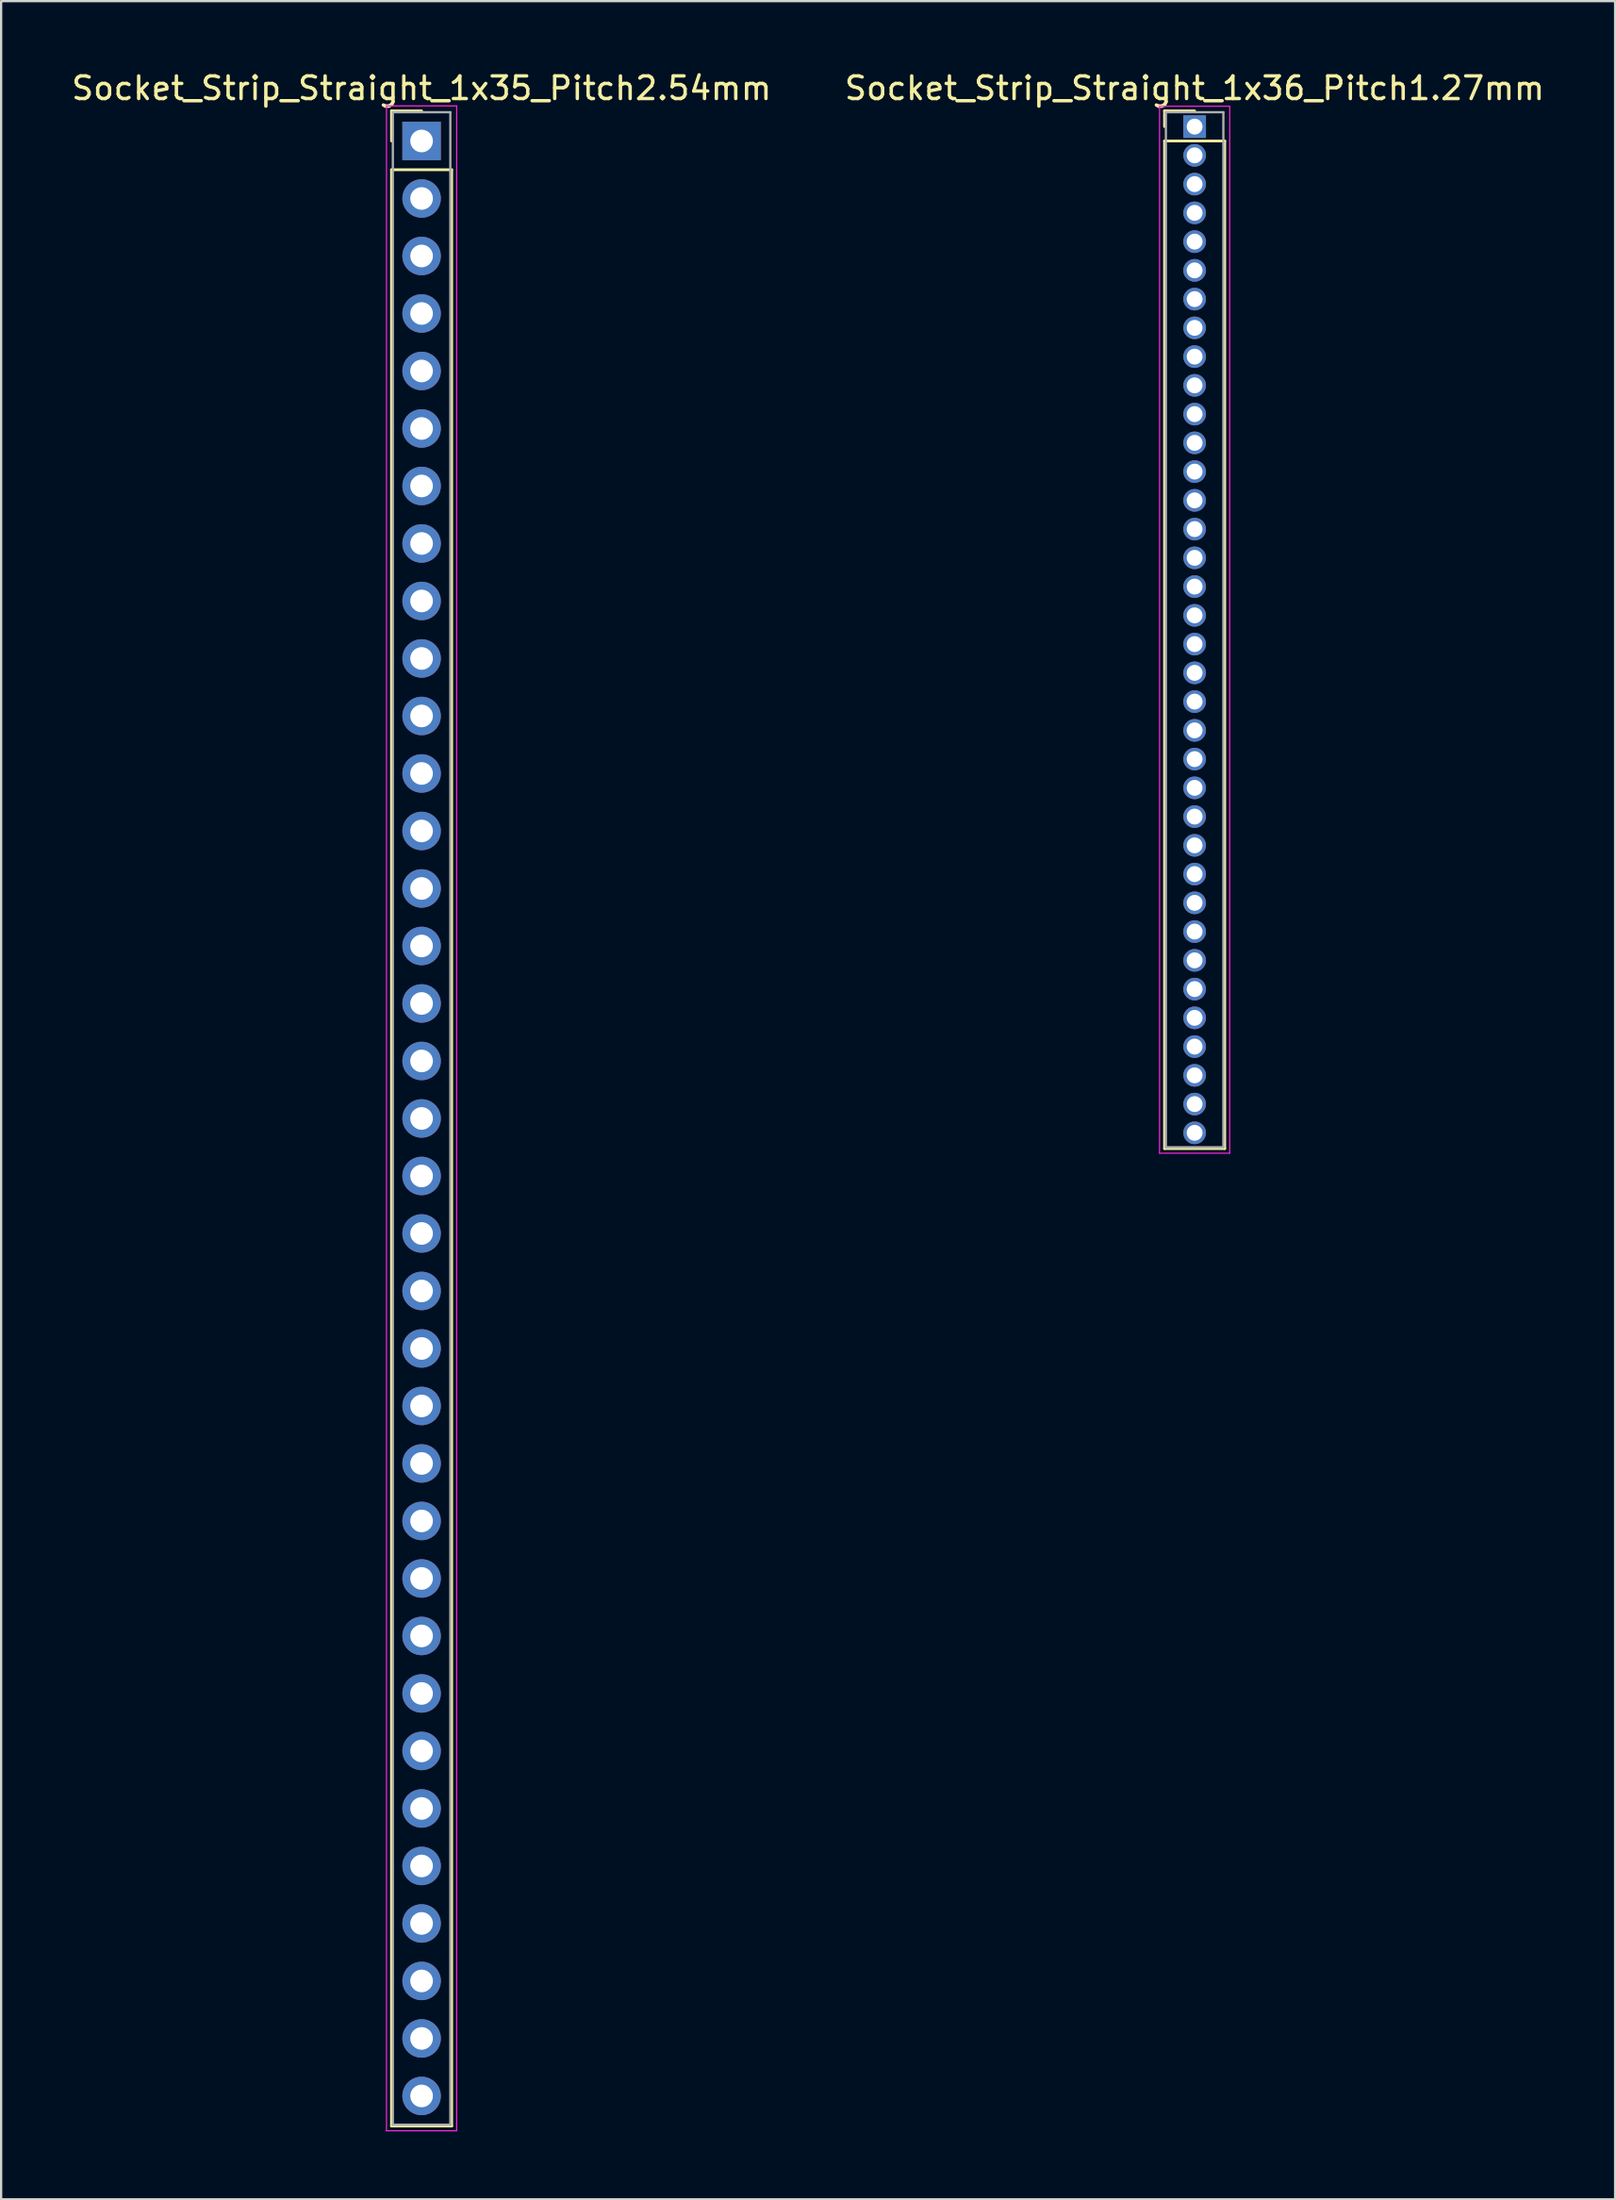
<source format=kicad_pcb>
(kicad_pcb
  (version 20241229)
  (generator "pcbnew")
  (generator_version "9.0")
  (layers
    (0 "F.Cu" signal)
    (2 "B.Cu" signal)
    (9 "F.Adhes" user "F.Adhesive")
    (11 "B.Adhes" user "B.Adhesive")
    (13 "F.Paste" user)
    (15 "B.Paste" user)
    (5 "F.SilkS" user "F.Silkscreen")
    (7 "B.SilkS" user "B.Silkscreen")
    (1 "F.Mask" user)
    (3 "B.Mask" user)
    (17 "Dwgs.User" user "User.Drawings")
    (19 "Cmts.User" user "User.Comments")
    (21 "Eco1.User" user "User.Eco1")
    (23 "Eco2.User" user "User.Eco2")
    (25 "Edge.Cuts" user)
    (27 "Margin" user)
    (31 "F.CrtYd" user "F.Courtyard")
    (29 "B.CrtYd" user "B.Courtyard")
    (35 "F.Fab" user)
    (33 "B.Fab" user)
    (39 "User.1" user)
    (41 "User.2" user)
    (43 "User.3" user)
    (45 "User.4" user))
  (footprint "Socket_Strip_Straight_1x36_Pitch1.27mm"
    (layer "F.Cu")
    (at 49.732 2.543)
    (property "Reference" "Socket_Strip_Straight_1x36_Pitch1.27mm" (at 0 -1.695 0) (layer "F.SilkS") (effects (font (size 1 1) (thickness 0.15))))
    (attr through_hole)
    (fp_line (start -1.33 -0.695) (end 0 -0.695) (stroke (width 0.12) (type solid)) (layer "F.SilkS"))
    (fp_line (start -1.33 0) (end -1.33 -0.695) (stroke (width 0.12) (type solid)) (layer "F.SilkS"))
    (fp_line (start -1.33 0.635) (end -1.33 45.145) (stroke (width 0.12) (type solid)) (layer "F.SilkS"))
    (fp_line (start -1.33 45.145) (end 1.33 45.145) (stroke (width 0.12) (type solid)) (layer "F.SilkS"))
    (fp_line (start 1.33 0.635) (end -1.33 0.635) (stroke (width 0.12) (type solid)) (layer "F.SilkS"))
    (fp_line (start 1.33 45.145) (end 1.33 0.635) (stroke (width 0.12) (type solid)) (layer "F.SilkS"))
    (fp_line (start -1.55 -0.9) (end -1.55 45.35) (stroke (width 0.05) (type solid)) (layer "F.CrtYd"))
    (fp_line (start -1.55 45.35) (end 1.55 45.35) (stroke (width 0.05) (type solid)) (layer "F.CrtYd"))
    (fp_line (start 1.55 -0.9) (end -1.55 -0.9) (stroke (width 0.05) (type solid)) (layer "F.CrtYd"))
    (fp_line (start 1.55 45.35) (end 1.55 -0.9) (stroke (width 0.05) (type solid)) (layer "F.CrtYd"))
    (fp_line (start -1.27 -0.635) (end -1.27 45.085) (stroke (width 0.1) (type solid)) (layer "F.Fab"))
    (fp_line (start -1.27 45.085) (end 1.27 45.085) (stroke (width 0.1) (type solid)) (layer "F.Fab"))
    (fp_line (start 1.27 -0.635) (end -1.27 -0.635) (stroke (width 0.1) (type solid)) (layer "F.Fab"))
    (fp_line (start 1.27 45.085) (end 1.27 -0.635) (stroke (width 0.1) (type solid)) (layer "F.Fab"))
    (pad "1" thru_hole rect (at 0 0) (size 1 1) (drill 0.7) (layers "*.Cu" "*.Mask"))
    (pad "2" thru_hole oval (at 0 1.27) (size 1 1) (drill 0.7) (layers "*.Cu" "*.Mask"))
    (pad "3" thru_hole oval (at 0 2.54) (size 1 1) (drill 0.7) (layers "*.Cu" "*.Mask"))
    (pad "4" thru_hole oval (at 0 3.81) (size 1 1) (drill 0.7) (layers "*.Cu" "*.Mask"))
    (pad "5" thru_hole oval (at 0 5.08) (size 1 1) (drill 0.7) (layers "*.Cu" "*.Mask"))
    (pad "6" thru_hole oval (at 0 6.35) (size 1 1) (drill 0.7) (layers "*.Cu" "*.Mask"))
    (pad "7" thru_hole oval (at 0 7.62) (size 1 1) (drill 0.7) (layers "*.Cu" "*.Mask"))
    (pad "8" thru_hole oval (at 0 8.89) (size 1 1) (drill 0.7) (layers "*.Cu" "*.Mask"))
    (pad "9" thru_hole oval (at 0 10.16) (size 1 1) (drill 0.7) (layers "*.Cu" "*.Mask"))
    (pad "10" thru_hole oval (at 0 11.43) (size 1 1) (drill 0.7) (layers "*.Cu" "*.Mask"))
    (pad "11" thru_hole oval (at 0 12.7) (size 1 1) (drill 0.7) (layers "*.Cu" "*.Mask"))
    (pad "12" thru_hole oval (at 0 13.97) (size 1 1) (drill 0.7) (layers "*.Cu" "*.Mask"))
    (pad "13" thru_hole oval (at 0 15.24) (size 1 1) (drill 0.7) (layers "*.Cu" "*.Mask"))
    (pad "14" thru_hole oval (at 0 16.51) (size 1 1) (drill 0.7) (layers "*.Cu" "*.Mask"))
    (pad "15" thru_hole oval (at 0 17.78) (size 1 1) (drill 0.7) (layers "*.Cu" "*.Mask"))
    (pad "16" thru_hole oval (at 0 19.05) (size 1 1) (drill 0.7) (layers "*.Cu" "*.Mask"))
    (pad "17" thru_hole oval (at 0 20.32) (size 1 1) (drill 0.7) (layers "*.Cu" "*.Mask"))
    (pad "18" thru_hole oval (at 0 21.59) (size 1 1) (drill 0.7) (layers "*.Cu" "*.Mask"))
    (pad "19" thru_hole oval (at 0 22.86) (size 1 1) (drill 0.7) (layers "*.Cu" "*.Mask"))
    (pad "20" thru_hole oval (at 0 24.13) (size 1 1) (drill 0.7) (layers "*.Cu" "*.Mask"))
    (pad "21" thru_hole oval (at 0 25.4) (size 1 1) (drill 0.7) (layers "*.Cu" "*.Mask"))
    (pad "22" thru_hole oval (at 0 26.67) (size 1 1) (drill 0.7) (layers "*.Cu" "*.Mask"))
    (pad "23" thru_hole oval (at 0 27.94) (size 1 1) (drill 0.7) (layers "*.Cu" "*.Mask"))
    (pad "24" thru_hole oval (at 0 29.21) (size 1 1) (drill 0.7) (layers "*.Cu" "*.Mask"))
    (pad "25" thru_hole oval (at 0 30.48) (size 1 1) (drill 0.7) (layers "*.Cu" "*.Mask"))
    (pad "26" thru_hole oval (at 0 31.75) (size 1 1) (drill 0.7) (layers "*.Cu" "*.Mask"))
    (pad "27" thru_hole oval (at 0 33.02) (size 1 1) (drill 0.7) (layers "*.Cu" "*.Mask"))
    (pad "28" thru_hole oval (at 0 34.29) (size 1 1) (drill 0.7) (layers "*.Cu" "*.Mask"))
    (pad "29" thru_hole oval (at 0 35.56) (size 1 1) (drill 0.7) (layers "*.Cu" "*.Mask"))
    (pad "30" thru_hole oval (at 0 36.83) (size 1 1) (drill 0.7) (layers "*.Cu" "*.Mask"))
    (pad "31" thru_hole oval (at 0 38.1) (size 1 1) (drill 0.7) (layers "*.Cu" "*.Mask"))
    (pad "32" thru_hole oval (at 0 39.37) (size 1 1) (drill 0.7) (layers "*.Cu" "*.Mask"))
    (pad "33" thru_hole oval (at 0 40.64) (size 1 1) (drill 0.7) (layers "*.Cu" "*.Mask"))
    (pad "34" thru_hole oval (at 0 41.91) (size 1 1) (drill 0.7) (layers "*.Cu" "*.Mask"))
    (pad "35" thru_hole oval (at 0 43.18) (size 1 1) (drill 0.7) (layers "*.Cu" "*.Mask"))
    (pad "36" thru_hole oval (at 0 44.45) (size 1 1) (drill 0.7) (layers "*.Cu" "*.Mask")))
  (footprint "Socket_Strip_Straight_1x35_Pitch2.54mm"
    (layer "F.Cu")
    (at 15.577 3.178)
    (property "Reference" "Socket_Strip_Straight_1x35_Pitch2.54mm" (at 0 -2.33 0) (layer "F.SilkS") (effects (font (size 1 1) (thickness 0.15))))
    (attr through_hole)
    (fp_line (start -1.33 -1.33) (end 0 -1.33) (stroke (width 0.12) (type solid)) (layer "F.SilkS"))
    (fp_line (start -1.33 0) (end -1.33 -1.33) (stroke (width 0.12) (type solid)) (layer "F.SilkS"))
    (fp_line (start -1.33 1.27) (end -1.33 87.69) (stroke (width 0.12) (type solid)) (layer "F.SilkS"))
    (fp_line (start -1.33 87.69) (end 1.33 87.69) (stroke (width 0.12) (type solid)) (layer "F.SilkS"))
    (fp_line (start 1.33 1.27) (end -1.33 1.27) (stroke (width 0.12) (type solid)) (layer "F.SilkS"))
    (fp_line (start 1.33 87.69) (end 1.33 1.27) (stroke (width 0.12) (type solid)) (layer "F.SilkS"))
    (fp_line (start -1.55 -1.55) (end -1.55 87.9) (stroke (width 0.05) (type solid)) (layer "F.CrtYd"))
    (fp_line (start -1.55 87.9) (end 1.55 87.9) (stroke (width 0.05) (type solid)) (layer "F.CrtYd"))
    (fp_line (start 1.55 -1.55) (end -1.55 -1.55) (stroke (width 0.05) (type solid)) (layer "F.CrtYd"))
    (fp_line (start 1.55 87.9) (end 1.55 -1.55) (stroke (width 0.05) (type solid)) (layer "F.CrtYd"))
    (fp_line (start -1.27 -1.27) (end -1.27 87.63) (stroke (width 0.1) (type solid)) (layer "F.Fab"))
    (fp_line (start -1.27 87.63) (end 1.27 87.63) (stroke (width 0.1) (type solid)) (layer "F.Fab"))
    (fp_line (start 1.27 -1.27) (end -1.27 -1.27) (stroke (width 0.1) (type solid)) (layer "F.Fab"))
    (fp_line (start 1.27 87.63) (end 1.27 -1.27) (stroke (width 0.1) (type solid)) (layer "F.Fab"))
    (pad "1" thru_hole rect (at 0 0) (size 1.7 1.7) (drill 1) (layers "*.Cu" "*.Mask"))
    (pad "2" thru_hole oval (at 0 2.54) (size 1.7 1.7) (drill 1) (layers "*.Cu" "*.Mask"))
    (pad "3" thru_hole oval (at 0 5.08) (size 1.7 1.7) (drill 1) (layers "*.Cu" "*.Mask"))
    (pad "4" thru_hole oval (at 0 7.62) (size 1.7 1.7) (drill 1) (layers "*.Cu" "*.Mask"))
    (pad "5" thru_hole oval (at 0 10.16) (size 1.7 1.7) (drill 1) (layers "*.Cu" "*.Mask"))
    (pad "6" thru_hole oval (at 0 12.7) (size 1.7 1.7) (drill 1) (layers "*.Cu" "*.Mask"))
    (pad "7" thru_hole oval (at 0 15.24) (size 1.7 1.7) (drill 1) (layers "*.Cu" "*.Mask"))
    (pad "8" thru_hole oval (at 0 17.78) (size 1.7 1.7) (drill 1) (layers "*.Cu" "*.Mask"))
    (pad "9" thru_hole oval (at 0 20.32) (size 1.7 1.7) (drill 1) (layers "*.Cu" "*.Mask"))
    (pad "10" thru_hole oval (at 0 22.86) (size 1.7 1.7) (drill 1) (layers "*.Cu" "*.Mask"))
    (pad "11" thru_hole oval (at 0 25.4) (size 1.7 1.7) (drill 1) (layers "*.Cu" "*.Mask"))
    (pad "12" thru_hole oval (at 0 27.94) (size 1.7 1.7) (drill 1) (layers "*.Cu" "*.Mask"))
    (pad "13" thru_hole oval (at 0 30.48) (size 1.7 1.7) (drill 1) (layers "*.Cu" "*.Mask"))
    (pad "14" thru_hole oval (at 0 33.02) (size 1.7 1.7) (drill 1) (layers "*.Cu" "*.Mask"))
    (pad "15" thru_hole oval (at 0 35.56) (size 1.7 1.7) (drill 1) (layers "*.Cu" "*.Mask"))
    (pad "16" thru_hole oval (at 0 38.1) (size 1.7 1.7) (drill 1) (layers "*.Cu" "*.Mask"))
    (pad "17" thru_hole oval (at 0 40.64) (size 1.7 1.7) (drill 1) (layers "*.Cu" "*.Mask"))
    (pad "18" thru_hole oval (at 0 43.18) (size 1.7 1.7) (drill 1) (layers "*.Cu" "*.Mask"))
    (pad "19" thru_hole oval (at 0 45.72) (size 1.7 1.7) (drill 1) (layers "*.Cu" "*.Mask"))
    (pad "20" thru_hole oval (at 0 48.26) (size 1.7 1.7) (drill 1) (layers "*.Cu" "*.Mask"))
    (pad "21" thru_hole oval (at 0 50.8) (size 1.7 1.7) (drill 1) (layers "*.Cu" "*.Mask"))
    (pad "22" thru_hole oval (at 0 53.34) (size 1.7 1.7) (drill 1) (layers "*.Cu" "*.Mask"))
    (pad "23" thru_hole oval (at 0 55.88) (size 1.7 1.7) (drill 1) (layers "*.Cu" "*.Mask"))
    (pad "24" thru_hole oval (at 0 58.42) (size 1.7 1.7) (drill 1) (layers "*.Cu" "*.Mask"))
    (pad "25" thru_hole oval (at 0 60.96) (size 1.7 1.7) (drill 1) (layers "*.Cu" "*.Mask"))
    (pad "26" thru_hole oval (at 0 63.5) (size 1.7 1.7) (drill 1) (layers "*.Cu" "*.Mask"))
    (pad "27" thru_hole oval (at 0 66.04) (size 1.7 1.7) (drill 1) (layers "*.Cu" "*.Mask"))
    (pad "28" thru_hole oval (at 0 68.58) (size 1.7 1.7) (drill 1) (layers "*.Cu" "*.Mask"))
    (pad "29" thru_hole oval (at 0 71.12) (size 1.7 1.7) (drill 1) (layers "*.Cu" "*.Mask"))
    (pad "30" thru_hole oval (at 0 73.66) (size 1.7 1.7) (drill 1) (layers "*.Cu" "*.Mask"))
    (pad "31" thru_hole oval (at 0 76.2) (size 1.7 1.7) (drill 1) (layers "*.Cu" "*.Mask"))
    (pad "32" thru_hole oval (at 0 78.74) (size 1.7 1.7) (drill 1) (layers "*.Cu" "*.Mask"))
    (pad "33" thru_hole oval (at 0 81.28) (size 1.7 1.7) (drill 1) (layers "*.Cu" "*.Mask"))
    (pad "34" thru_hole oval (at 0 83.82) (size 1.7 1.7) (drill 1) (layers "*.Cu" "*.Mask"))
    (pad "35" thru_hole oval (at 0 86.36) (size 1.7 1.7) (drill 1) (layers "*.Cu" "*.Mask")))
  (gr_rect
    (start -3 -3)
    (end 68.31 94.103)
    (stroke (width 0.1) (type default))
    (fill no)
    (layer "Edge.Cuts")))
</source>
